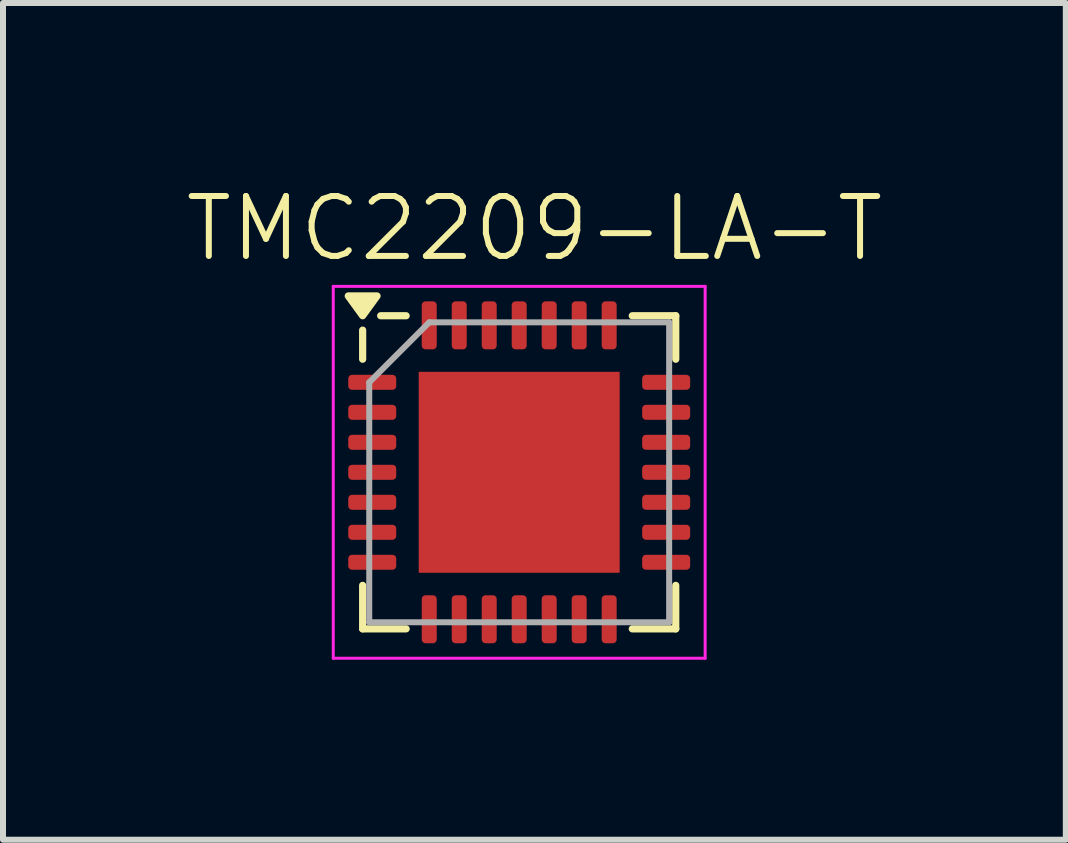
<source format=kicad_pcb>
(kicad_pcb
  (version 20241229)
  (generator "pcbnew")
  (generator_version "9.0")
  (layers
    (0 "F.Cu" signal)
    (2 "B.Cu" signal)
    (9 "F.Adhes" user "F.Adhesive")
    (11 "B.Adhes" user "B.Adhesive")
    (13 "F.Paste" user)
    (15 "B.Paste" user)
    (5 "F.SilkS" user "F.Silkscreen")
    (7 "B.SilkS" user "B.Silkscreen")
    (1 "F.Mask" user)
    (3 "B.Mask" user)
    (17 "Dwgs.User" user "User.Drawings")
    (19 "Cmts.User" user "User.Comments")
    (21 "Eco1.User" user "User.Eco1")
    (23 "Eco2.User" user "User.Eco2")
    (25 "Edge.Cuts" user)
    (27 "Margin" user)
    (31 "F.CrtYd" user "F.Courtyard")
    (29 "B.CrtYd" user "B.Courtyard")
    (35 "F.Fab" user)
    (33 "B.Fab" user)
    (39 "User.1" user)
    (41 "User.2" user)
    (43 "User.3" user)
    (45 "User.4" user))
  (footprint "TMC2209-LA-T"
    (layer "F.Cu")
    (at 5.606 4.824)
    (property "Reference" "TMC2209-LA-T" (at 0.254 -4.064 0) (unlocked yes) (layer "F.SilkS") (effects (font (size 1 1) (thickness 0.1))))
    (attr smd)
    (fp_line (start -2.61 -1.885) (end -2.61 -2.37) (stroke (width 0.12) (type solid)) (layer "F.SilkS"))
    (fp_line (start -2.61 2.61) (end -2.61 1.885) (stroke (width 0.12) (type solid)) (layer "F.SilkS"))
    (fp_line (start -1.885 -2.61) (end -2.31 -2.61) (stroke (width 0.12) (type solid)) (layer "F.SilkS"))
    (fp_line (start -1.885 2.61) (end -2.61 2.61) (stroke (width 0.12) (type solid)) (layer "F.SilkS"))
    (fp_line (start 1.885 -2.61) (end 2.61 -2.61) (stroke (width 0.12) (type solid)) (layer "F.SilkS"))
    (fp_line (start 1.885 2.61) (end 2.61 2.61) (stroke (width 0.12) (type solid)) (layer "F.SilkS"))
    (fp_line (start 2.61 -2.61) (end 2.61 -1.885) (stroke (width 0.12) (type solid)) (layer "F.SilkS"))
    (fp_line (start 2.61 2.61) (end 2.61 1.885) (stroke (width 0.12) (type solid)) (layer "F.SilkS"))
    (fp_poly (pts (xy -2.61 -2.61) (xy -2.85 -2.94) (xy -2.37 -2.94) (xy -2.61 -2.61)) (stroke (width 0.12) (type solid)) (fill yes) (layer "F.SilkS"))
    (fp_line (start -3.1 -3.1) (end -3.1 3.1) (stroke (width 0.05) (type solid)) (layer "F.CrtYd"))
    (fp_line (start -3.1 3.1) (end 3.1 3.1) (stroke (width 0.05) (type solid)) (layer "F.CrtYd"))
    (fp_line (start 3.1 -3.1) (end -3.1 -3.1) (stroke (width 0.05) (type solid)) (layer "F.CrtYd"))
    (fp_line (start 3.1 3.1) (end 3.1 -3.1) (stroke (width 0.05) (type solid)) (layer "F.CrtYd"))
    (fp_line (start -2.5 -1.5) (end -1.5 -2.5) (stroke (width 0.1) (type solid)) (layer "F.Fab"))
    (fp_line (start -2.5 2.5) (end -2.5 -1.5) (stroke (width 0.1) (type solid)) (layer "F.Fab"))
    (fp_line (start -1.5 -2.5) (end 2.5 -2.5) (stroke (width 0.1) (type solid)) (layer "F.Fab"))
    (fp_line (start 2.5 -2.5) (end 2.5 2.5) (stroke (width 0.1) (type solid)) (layer "F.Fab"))
    (fp_line (start 2.5 2.5) (end -2.5 2.5) (stroke (width 0.1) (type solid)) (layer "F.Fab"))
    (pad "" smd roundrect (at -1.12 -1.12) (size 0.9 0.9) (layers "F.Paste") (roundrect_rratio 0.25))
    (pad "" smd roundrect (at -1.12 0) (size 0.9 0.9) (layers "F.Paste") (roundrect_rratio 0.25))
    (pad "" smd roundrect (at -1.12 1.12) (size 0.9 0.9) (layers "F.Paste") (roundrect_rratio 0.25))
    (pad "" smd roundrect (at 0 -1.12) (size 0.9 0.9) (layers "F.Paste") (roundrect_rratio 0.25))
    (pad "" smd roundrect (at 0 0) (size 0.9 0.9) (layers "F.Paste") (roundrect_rratio 0.25))
    (pad "" smd roundrect (at 0 1.12) (size 0.9 0.9) (layers "F.Paste") (roundrect_rratio 0.25))
    (pad "" smd roundrect (at 1.12 -1.12) (size 0.9 0.9) (layers "F.Paste") (roundrect_rratio 0.25))
    (pad "" smd roundrect (at 1.12 0) (size 0.9 0.9) (layers "F.Paste") (roundrect_rratio 0.25))
    (pad "" smd roundrect (at 1.12 1.12) (size 0.9 0.9) (layers "F.Paste") (roundrect_rratio 0.25))
    (pad "1" smd roundrect (at -2.45 -1.5) (size 0.8 0.25) (layers "F.Cu" "F.Mask" "F.Paste") (roundrect_rratio 0.25))
    (pad "2" smd roundrect (at -2.45 -1) (size 0.8 0.25) (layers "F.Cu" "F.Mask" "F.Paste") (roundrect_rratio 0.25))
    (pad "3" smd roundrect (at -2.45 -0.5) (size 0.8 0.25) (layers "F.Cu" "F.Mask" "F.Paste") (roundrect_rratio 0.25))
    (pad "4" smd roundrect (at -2.45 0) (size 0.8 0.25) (layers "F.Cu" "F.Mask" "F.Paste") (roundrect_rratio 0.25))
    (pad "5" smd roundrect (at -2.45 0.5) (size 0.8 0.25) (layers "F.Cu" "F.Mask" "F.Paste") (roundrect_rratio 0.25))
    (pad "6" smd roundrect (at -2.45 1) (size 0.8 0.25) (layers "F.Cu" "F.Mask" "F.Paste") (roundrect_rratio 0.25))
    (pad "7" smd roundrect (at -2.45 1.5) (size 0.8 0.25) (layers "F.Cu" "F.Mask" "F.Paste") (roundrect_rratio 0.25))
    (pad "8" smd roundrect (at -1.5 2.45) (size 0.25 0.8) (layers "F.Cu" "F.Mask" "F.Paste") (roundrect_rratio 0.25))
    (pad "9" smd roundrect (at -1 2.45) (size 0.25 0.8) (layers "F.Cu" "F.Mask" "F.Paste") (roundrect_rratio 0.25))
    (pad "10" smd roundrect (at -0.5 2.45) (size 0.25 0.8) (layers "F.Cu" "F.Mask" "F.Paste") (roundrect_rratio 0.25))
    (pad "11" smd roundrect (at 0 2.45) (size 0.25 0.8) (layers "F.Cu" "F.Mask" "F.Paste") (roundrect_rratio 0.25))
    (pad "12" smd roundrect (at 0.5 2.45) (size 0.25 0.8) (layers "F.Cu" "F.Mask" "F.Paste") (roundrect_rratio 0.25))
    (pad "13" smd roundrect (at 1 2.45) (size 0.25 0.8) (layers "F.Cu" "F.Mask" "F.Paste") (roundrect_rratio 0.25))
    (pad "14" smd roundrect (at 1.5 2.45) (size 0.25 0.8) (layers "F.Cu" "F.Mask" "F.Paste") (roundrect_rratio 0.25))
    (pad "15" smd roundrect (at 2.45 1.5) (size 0.8 0.25) (layers "F.Cu" "F.Mask" "F.Paste") (roundrect_rratio 0.25))
    (pad "16" smd roundrect (at 2.45 1) (size 0.8 0.25) (layers "F.Cu" "F.Mask" "F.Paste") (roundrect_rratio 0.25))
    (pad "17" smd roundrect (at 2.45 0.5) (size 0.8 0.25) (layers "F.Cu" "F.Mask" "F.Paste") (roundrect_rratio 0.25))
    (pad "18" smd roundrect (at 2.45 0) (size 0.8 0.25) (layers "F.Cu" "F.Mask" "F.Paste") (roundrect_rratio 0.25))
    (pad "19" smd roundrect (at 2.45 -0.5) (size 0.8 0.25) (layers "F.Cu" "F.Mask" "F.Paste") (roundrect_rratio 0.25))
    (pad "20" smd roundrect (at 2.45 -1) (size 0.8 0.25) (layers "F.Cu" "F.Mask" "F.Paste") (roundrect_rratio 0.25))
    (pad "21" smd roundrect (at 2.45 -1.5) (size 0.8 0.25) (layers "F.Cu" "F.Mask" "F.Paste") (roundrect_rratio 0.25))
    (pad "22" smd roundrect (at 1.5 -2.45) (size 0.25 0.8) (layers "F.Cu" "F.Mask" "F.Paste") (roundrect_rratio 0.25))
    (pad "23" smd roundrect (at 1 -2.45) (size 0.25 0.8) (layers "F.Cu" "F.Mask" "F.Paste") (roundrect_rratio 0.25))
    (pad "24" smd roundrect (at 0.5 -2.45) (size 0.25 0.8) (layers "F.Cu" "F.Mask" "F.Paste") (roundrect_rratio 0.25))
    (pad "25" smd roundrect (at 0 -2.45) (size 0.25 0.8) (layers "F.Cu" "F.Mask" "F.Paste") (roundrect_rratio 0.25))
    (pad "26" smd roundrect (at -0.5 -2.45) (size 0.25 0.8) (layers "F.Cu" "F.Mask" "F.Paste") (roundrect_rratio 0.25))
    (pad "27" smd roundrect (at -1 -2.45) (size 0.25 0.8) (layers "F.Cu" "F.Mask" "F.Paste") (roundrect_rratio 0.25))
    (pad "28" smd roundrect (at -1.5 -2.45) (size 0.25 0.8) (layers "F.Cu" "F.Mask" "F.Paste") (roundrect_rratio 0.25))
    (pad "29" smd rect (at 0 0) (size 3.35 3.35) (property pad_prop_heatsink) (layers "F.Cu" "F.Mask")))
  (gr_rect
    (start -3 -3)
    (end 14.719 10.95)
    (stroke (width 0.1) (type default))
    (fill no)
    (layer "Edge.Cuts")))
</source>
